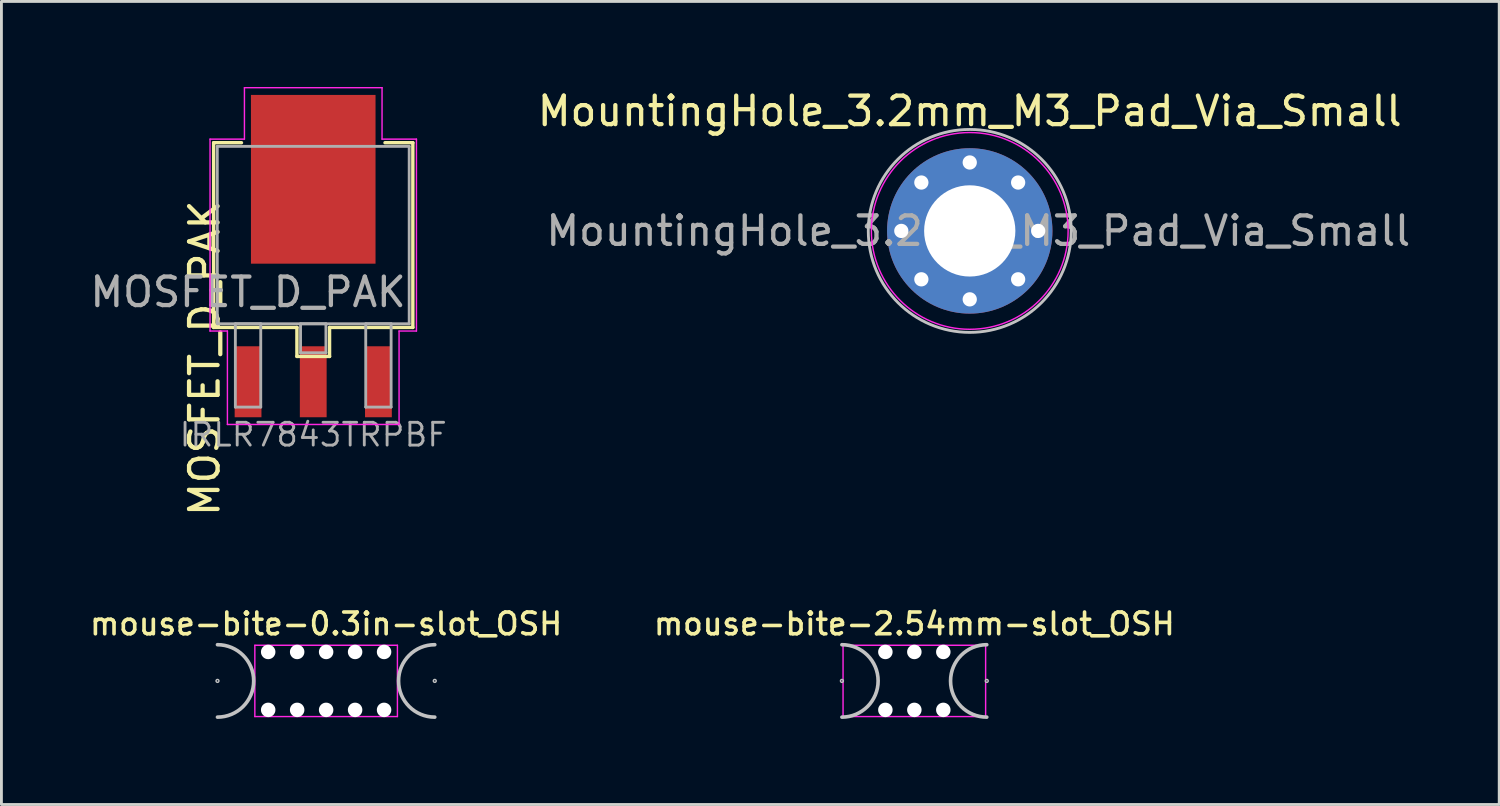
<source format=kicad_pcb>
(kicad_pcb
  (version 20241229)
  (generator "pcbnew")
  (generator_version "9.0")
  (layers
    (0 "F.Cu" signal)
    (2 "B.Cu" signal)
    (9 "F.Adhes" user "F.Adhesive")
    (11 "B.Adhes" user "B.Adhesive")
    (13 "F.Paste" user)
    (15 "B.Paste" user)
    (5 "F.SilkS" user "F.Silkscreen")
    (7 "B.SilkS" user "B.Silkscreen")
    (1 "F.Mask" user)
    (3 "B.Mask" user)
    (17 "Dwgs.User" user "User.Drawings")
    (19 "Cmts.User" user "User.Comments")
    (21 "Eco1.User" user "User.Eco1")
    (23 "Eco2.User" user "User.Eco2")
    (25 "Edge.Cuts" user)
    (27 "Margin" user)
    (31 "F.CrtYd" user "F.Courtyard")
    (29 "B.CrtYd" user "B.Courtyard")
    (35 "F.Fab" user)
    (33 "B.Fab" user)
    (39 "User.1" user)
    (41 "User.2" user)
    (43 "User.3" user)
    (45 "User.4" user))
  (footprint "MountingHole_3.2mm_M3_Pad_Via_Small"
    (layer "F.Cu")
    (at 30.958 5.048)
    (property "Reference" "MountingHole_3.2mm_M3_Pad_Via_Small" (at 0 -4.2 0) (layer "F.SilkS") (effects (font (size 1 1) (thickness 0.15))))
    (attr exclude_from_pos_files exclude_from_bom)
    (fp_circle (center 0 0) (end 3.556 0.127) (stroke (width 0.1) (type solid)) (fill no) (layer "Dwgs.User"))
    (fp_circle (center 0 0) (end 3.45 0) (stroke (width 0.05) (type solid)) (fill no) (layer "F.CrtYd"))
    (fp_text user "${REFERENCE}" (at 0.3 0 0) (layer "F.Fab") (effects (font (size 1 1) (thickness 0.15))))
    (pad "" thru_hole circle (at -2.4 0) (size 0.8 0.8) (drill 0.5) (layers "*.Cu" "*.Mask"))
    (pad "" thru_hole circle (at -1.697 -1.697) (size 0.8 0.8) (drill 0.5) (layers "*.Cu" "*.Mask"))
    (pad "" thru_hole circle (at -1.697 1.697) (size 0.8 0.8) (drill 0.5) (layers "*.Cu" "*.Mask"))
    (pad "" thru_hole circle (at 0 -2.4) (size 0.8 0.8) (drill 0.5) (layers "*.Cu" "*.Mask"))
    (pad "" thru_hole circle (at 0 2.4) (size 0.8 0.8) (drill 0.5) (layers "*.Cu" "*.Mask"))
    (pad "" thru_hole circle (at 1.697 -1.697) (size 0.8 0.8) (drill 0.5) (layers "*.Cu" "*.Mask"))
    (pad "" thru_hole circle (at 1.697 1.697) (size 0.8 0.8) (drill 0.5) (layers "*.Cu" "*.Mask"))
    (pad "" thru_hole circle (at 2.4 0) (size 0.8 0.8) (drill 0.5) (layers "*.Cu" "*.Mask"))
    (pad "1" thru_hole circle (at 0 0) (size 5.8 5.8) (drill 3.2) (layers "*.Cu" "*.Mask")))
  (footprint "mouse-bite-2.54mm-slot_OSH"
    (layer "F.Cu")
    (at 29.015 20.829)
    (property "Reference" "mouse-bite-2.54mm-slot_OSH" (at 0 -2 0) (layer "F.SilkS") (effects (font (size 0.762 0.762) (thickness 0.127))))
    (attr through_hole)
    (fp_arc (start -2.54 -1.27) (mid -1.27 0) (end -2.54 1.27) (stroke (width 0.127) (type solid)) (layer "Dwgs.User"))
    (fp_arc (start 2.54 1.27) (mid 1.27 0) (end 2.54 -1.27) (stroke (width 0.127) (type solid)) (layer "Dwgs.User"))
    (fp_circle (center -2.54 0) (end -2.54 0.051) (stroke (width 0.051) (type solid)) (fill no) (layer "Dwgs.User"))
    (fp_circle (center 2.54 0) (end 2.54 -0.051) (stroke (width 0.051) (type solid)) (fill no) (layer "Dwgs.User"))
    (fp_line (start -2.5 -1.25) (end -2.5 1.25) (stroke (width 0.05) (type solid)) (layer "F.CrtYd"))
    (fp_line (start -2.5 1.25) (end 2.5 1.25) (stroke (width 0.05) (type solid)) (layer "F.CrtYd"))
    (fp_line (start 2.5 -1.25) (end -2.5 -1.25) (stroke (width 0.05) (type solid)) (layer "F.CrtYd"))
    (fp_line (start 2.5 1.25) (end 2.5 -1.25) (stroke (width 0.05) (type solid)) (layer "F.CrtYd"))
    (pad "" np_thru_hole circle (at -1.016 -1.016) (size 0.508 0.508) (drill 0.508) (layers "*.Cu" "*.Mask"))
    (pad "" np_thru_hole circle (at -1.016 1.016) (size 0.508 0.508) (drill 0.508) (layers "*.Cu" "*.Mask"))
    (pad "" np_thru_hole circle (at 0 -1.016) (size 0.508 0.508) (drill 0.508) (layers "*.Cu" "*.Mask"))
    (pad "" np_thru_hole circle (at 0 1.016) (size 0.508 0.508) (drill 0.508) (layers "*.Cu" "*.Mask"))
    (pad "" np_thru_hole circle (at 1.016 -1.016) (size 0.508 0.508) (drill 0.508) (layers "*.Cu" "*.Mask"))
    (pad "" np_thru_hole circle (at 1.016 1.016) (size 0.508 0.508) (drill 0.508) (layers "*.Cu" "*.Mask")))
  (footprint "MOSFET_D_PAK"
    (layer "F.Cu")
    (at 7.935 5.194)
    (property "Reference" "MOSFET_D_PAK" (at -3.81 4.318 90) (layer "F.SilkS") (effects (font (size 1 1) (thickness 0.15))))
    (property "Value" "IRLR7843TRPBF" (at 0 0 0) (layer "F.SilkS") (hide yes) (effects (font (size 1 1) (thickness 0.15))))
    (attr smd)
    (fp_line (start -3.493 -3.239) (end -3.493 3.239) (stroke (width 0.12) (type solid)) (layer "F.SilkS"))
    (fp_line (start -3.493 3.239) (end -0.572 3.239) (stroke (width 0.12) (type solid)) (layer "F.SilkS"))
    (fp_line (start -2.517 -3.239) (end -3.493 -3.239) (stroke (width 0.12) (type solid)) (layer "F.SilkS"))
    (fp_line (start -0.572 3.239) (end -0.572 4.255) (stroke (width 0.12) (type solid)) (layer "F.SilkS"))
    (fp_line (start -0.572 4.255) (end 0.572 4.255) (stroke (width 0.12) (type solid)) (layer "F.SilkS"))
    (fp_line (start 0.572 3.239) (end 3.493 3.239) (stroke (width 0.12) (type solid)) (layer "F.SilkS"))
    (fp_line (start 0.572 4.255) (end 0.572 3.239) (stroke (width 0.12) (type solid)) (layer "F.SilkS"))
    (fp_line (start 3.493 -3.239) (end 2.517 -3.239) (stroke (width 0.12) (type solid)) (layer "F.SilkS"))
    (fp_line (start 3.493 3.239) (end 3.493 -3.239) (stroke (width 0.12) (type solid)) (layer "F.SilkS"))
    (fp_line (start -3.619 -3.365) (end -2.413 -3.365) (stroke (width 0.05) (type solid)) (layer "F.CrtYd"))
    (fp_line (start -3.619 3.365) (end -3.619 -3.365) (stroke (width 0.05) (type solid)) (layer "F.CrtYd"))
    (fp_line (start -3.01 3.365) (end -3.619 3.365) (stroke (width 0.05) (type solid)) (layer "F.CrtYd"))
    (fp_line (start -3.01 6.642) (end -3.01 3.365) (stroke (width 0.05) (type solid)) (layer "F.CrtYd"))
    (fp_line (start -2.413 -5.169) (end 2.413 -5.169) (stroke (width 0.05) (type solid)) (layer "F.CrtYd"))
    (fp_line (start -2.413 -3.365) (end -2.413 -5.169) (stroke (width 0.05) (type solid)) (layer "F.CrtYd"))
    (fp_line (start 2.413 -5.169) (end 2.413 -3.365) (stroke (width 0.05) (type solid)) (layer "F.CrtYd"))
    (fp_line (start 2.413 -3.365) (end 3.619 -3.365) (stroke (width 0.05) (type solid)) (layer "F.CrtYd"))
    (fp_line (start 3.01 3.365) (end 3.01 6.642) (stroke (width 0.05) (type solid)) (layer "F.CrtYd"))
    (fp_line (start 3.01 6.642) (end -3.01 6.642) (stroke (width 0.05) (type solid)) (layer "F.CrtYd"))
    (fp_line (start 3.619 -3.365) (end 3.619 3.365) (stroke (width 0.05) (type solid)) (layer "F.CrtYd"))
    (fp_line (start 3.619 3.365) (end 3.01 3.365) (stroke (width 0.05) (type solid)) (layer "F.CrtYd"))
    (fp_line (start -3.365 -3.111) (end -3.365 3.111) (stroke (width 0.1) (type solid)) (layer "F.Fab"))
    (fp_line (start -3.365 3.111) (end 3.365 3.111) (stroke (width 0.1) (type solid)) (layer "F.Fab"))
    (fp_line (start -2.731 3.111) (end -2.731 6.032) (stroke (width 0.1) (type solid)) (layer "F.Fab"))
    (fp_line (start -2.731 6.032) (end -1.841 6.032) (stroke (width 0.1) (type solid)) (layer "F.Fab"))
    (fp_line (start -1.841 3.111) (end -2.731 3.111) (stroke (width 0.1) (type solid)) (layer "F.Fab"))
    (fp_line (start -1.841 6.032) (end -1.841 3.111) (stroke (width 0.1) (type solid)) (layer "F.Fab"))
    (fp_line (start -0.445 3.111) (end -0.445 4.128) (stroke (width 0.1) (type solid)) (layer "F.Fab"))
    (fp_line (start -0.445 4.128) (end 0.445 4.128) (stroke (width 0.1) (type solid)) (layer "F.Fab"))
    (fp_line (start 0.445 3.111) (end -0.445 3.111) (stroke (width 0.1) (type solid)) (layer "F.Fab"))
    (fp_line (start 0.445 4.128) (end 0.445 3.111) (stroke (width 0.1) (type solid)) (layer "F.Fab"))
    (fp_line (start 1.841 3.111) (end 1.841 6.032) (stroke (width 0.1) (type solid)) (layer "F.Fab"))
    (fp_line (start 1.841 6.032) (end 2.731 6.032) (stroke (width 0.1) (type solid)) (layer "F.Fab"))
    (fp_line (start 2.731 3.111) (end 1.841 3.111) (stroke (width 0.1) (type solid)) (layer "F.Fab"))
    (fp_line (start 2.731 6.032) (end 2.731 3.111) (stroke (width 0.1) (type solid)) (layer "F.Fab"))
    (fp_line (start 3.365 -3.111) (end -3.365 -3.111) (stroke (width 0.1) (type solid)) (layer "F.Fab"))
    (fp_line (start 3.365 3.111) (end 3.365 -3.111) (stroke (width 0.1) (type solid)) (layer "F.Fab"))
    (fp_text user "${REFERENCE}" (at -2.286 2 0) (layer "F.Fab") (effects (font (size 1 1) (thickness 0.15))))
    (fp_text user "${VALUE}" (at 0 7 0) (layer "F.Fab") (effects (font (size 0.8 0.8) (thickness 0.1))))
    (pad "1" smd rect (at -2.286 5.144) (size 0.94 2.489) (layers "F.Cu" "F.Mask" "F.Paste"))
    (pad "2" smd rect (at 0 -1.956) (size 4.369 5.918) (layers "F.Cu" "F.Mask" "F.Paste"))
    (pad "2" smd rect (at 0 5.144) (size 0.94 2.489) (layers "F.Cu" "F.Mask" "F.Paste"))
    (pad "3" smd rect (at 2.286 5.144) (size 0.94 2.489) (layers "F.Cu" "F.Mask" "F.Paste")))
  (footprint "mouse-bite-0.3in-slot_OSH"
    (layer "F.Cu")
    (at 8.387 20.829)
    (property "Reference" "mouse-bite-0.3in-slot_OSH" (at 0 -2 0) (layer "F.SilkS") (effects (font (size 0.762 0.762) (thickness 0.127))))
    (attr through_hole)
    (fp_arc (start -3.81 -1.27) (mid -2.54 0) (end -3.81 1.27) (stroke (width 0.127) (type solid)) (layer "Dwgs.User"))
    (fp_arc (start 3.81 1.27) (mid 2.54 0) (end 3.81 -1.27) (stroke (width 0.127) (type solid)) (layer "Dwgs.User"))
    (fp_circle (center -3.81 0) (end -3.759 0) (stroke (width 0.051) (type solid)) (fill no) (layer "Dwgs.User"))
    (fp_circle (center 3.81 0) (end 3.861 0) (stroke (width 0.051) (type solid)) (fill no) (layer "Dwgs.User"))
    (fp_line (start -2.5 -1.25) (end -2.5 1.25) (stroke (width 0.05) (type solid)) (layer "F.CrtYd"))
    (fp_line (start -2.5 1.25) (end 2.5 1.25) (stroke (width 0.05) (type solid)) (layer "F.CrtYd"))
    (fp_line (start 2.5 -1.25) (end -2.5 -1.25) (stroke (width 0.05) (type solid)) (layer "F.CrtYd"))
    (fp_line (start 2.5 1.25) (end 2.5 -1.25) (stroke (width 0.05) (type solid)) (layer "F.CrtYd"))
    (pad "" np_thru_hole circle (at -2.032 -1.016) (size 0.508 0.508) (drill 0.508) (layers "*.Cu" "*.Mask"))
    (pad "" np_thru_hole circle (at -2.032 1.016) (size 0.508 0.508) (drill 0.508) (layers "*.Cu" "*.Mask"))
    (pad "" np_thru_hole circle (at -1.016 -1.016) (size 0.508 0.508) (drill 0.508) (layers "*.Cu" "*.Mask"))
    (pad "" np_thru_hole circle (at -1.016 1.016) (size 0.508 0.508) (drill 0.508) (layers "*.Cu" "*.Mask"))
    (pad "" np_thru_hole circle (at 0 -1.016) (size 0.508 0.508) (drill 0.508) (layers "*.Cu" "*.Mask"))
    (pad "" np_thru_hole circle (at 0 1.016) (size 0.508 0.508) (drill 0.508) (layers "*.Cu" "*.Mask"))
    (pad "" np_thru_hole circle (at 1.016 -1.016) (size 0.508 0.508) (drill 0.508) (layers "*.Cu" "*.Mask"))
    (pad "" np_thru_hole circle (at 1.016 1.016) (size 0.508 0.508) (drill 0.508) (layers "*.Cu" "*.Mask"))
    (pad "" np_thru_hole circle (at 2.032 -1.016) (size 0.508 0.508) (drill 0.508) (layers "*.Cu" "*.Mask"))
    (pad "" np_thru_hole circle (at 2.032 1.016) (size 0.508 0.508) (drill 0.508) (layers "*.Cu" "*.Mask")))
  (gr_rect
    (start -3 -3)
    (end 49.526 25.163)
    (stroke (width 0.1) (type default))
    (fill no)
    (layer "Edge.Cuts")))
</source>
